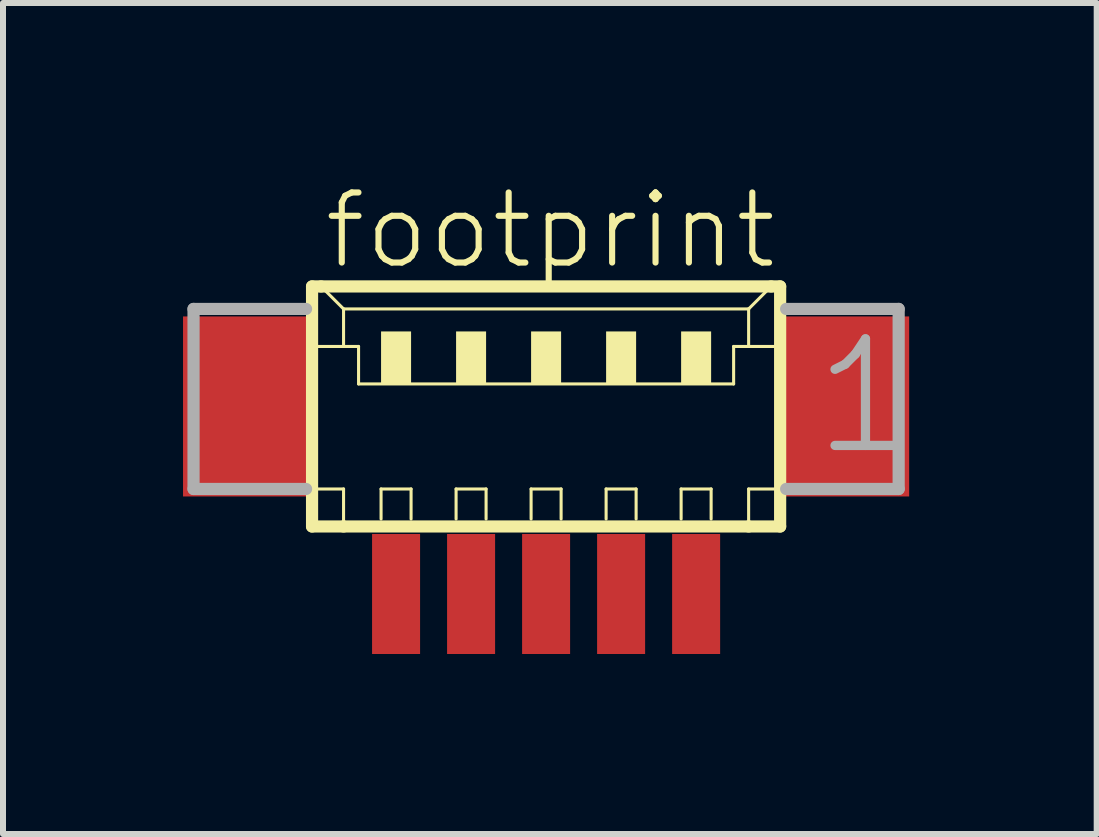
<source format=kicad_pcb>
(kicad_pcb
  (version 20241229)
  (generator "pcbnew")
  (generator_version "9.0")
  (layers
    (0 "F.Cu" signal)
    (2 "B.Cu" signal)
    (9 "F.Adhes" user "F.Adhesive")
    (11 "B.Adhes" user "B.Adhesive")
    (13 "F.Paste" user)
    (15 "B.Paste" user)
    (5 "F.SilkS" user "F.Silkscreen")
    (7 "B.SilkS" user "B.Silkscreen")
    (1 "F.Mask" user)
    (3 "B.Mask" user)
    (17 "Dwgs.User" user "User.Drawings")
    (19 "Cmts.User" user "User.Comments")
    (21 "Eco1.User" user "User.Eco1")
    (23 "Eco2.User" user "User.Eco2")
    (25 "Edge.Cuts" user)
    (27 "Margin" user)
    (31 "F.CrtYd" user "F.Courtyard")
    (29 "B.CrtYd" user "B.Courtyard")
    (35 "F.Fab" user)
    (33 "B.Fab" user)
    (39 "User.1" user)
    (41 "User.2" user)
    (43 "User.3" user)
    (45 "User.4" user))
  (footprint "footprint"
    (layer "F.Cu")
    (at 6.05 4.348)
    (property "Reference" "footprint" (at -3.75 -2.875 0) (layer "F.SilkS") (effects (font (size 1.168 1.168) (thickness 0.102)) (justify left bottom)))
    (fp_line (start -3.9 -2.625) (end -3.9 1.375) (stroke (width 0.203) (type solid)) (layer "F.SilkS"))
    (fp_line (start -3.9 1.375) (end -3.375 1.375) (stroke (width 0.203) (type solid)) (layer "F.SilkS"))
    (fp_line (start -3.875 -1.625) (end -3.375 -1.625) (stroke (width 0.051) (type solid)) (layer "F.SilkS"))
    (fp_line (start -3.875 0.75) (end -3.375 0.75) (stroke (width 0.051) (type solid)) (layer "F.SilkS"))
    (fp_line (start -3.75 -2.625) (end -3.9 -2.625) (stroke (width 0.203) (type solid)) (layer "F.SilkS"))
    (fp_line (start -3.375 -2.25) (end -3.75 -2.625) (stroke (width 0.051) (type solid)) (layer "F.SilkS"))
    (fp_line (start -3.375 -2.25) (end 3.375 -2.25) (stroke (width 0.051) (type solid)) (layer "F.SilkS"))
    (fp_line (start -3.375 -1.625) (end -3.375 -2.25) (stroke (width 0.051) (type solid)) (layer "F.SilkS"))
    (fp_line (start -3.375 -1.625) (end -3.125 -1.625) (stroke (width 0.051) (type solid)) (layer "F.SilkS"))
    (fp_line (start -3.375 0.75) (end -3.375 1.375) (stroke (width 0.051) (type solid)) (layer "F.SilkS"))
    (fp_line (start -3.375 1.375) (end 3.375 1.375) (stroke (width 0.203) (type solid)) (layer "F.SilkS"))
    (fp_line (start -3.125 -1.625) (end -3.125 -1) (stroke (width 0.051) (type solid)) (layer "F.SilkS"))
    (fp_line (start -3.125 -1) (end 3.125 -1) (stroke (width 0.051) (type solid)) (layer "F.SilkS"))
    (fp_line (start -2.75 0.75) (end -2.25 0.75) (stroke (width 0.051) (type solid)) (layer "F.SilkS"))
    (fp_line (start -2.75 1.25) (end -2.75 0.75) (stroke (width 0.051) (type solid)) (layer "F.SilkS"))
    (fp_line (start -2.25 0.75) (end -2.25 1.25) (stroke (width 0.051) (type solid)) (layer "F.SilkS"))
    (fp_line (start -1.5 0.75) (end -1 0.75) (stroke (width 0.051) (type solid)) (layer "F.SilkS"))
    (fp_line (start -1.5 1.25) (end -1.5 0.75) (stroke (width 0.051) (type solid)) (layer "F.SilkS"))
    (fp_line (start -1 0.75) (end -1 1.25) (stroke (width 0.051) (type solid)) (layer "F.SilkS"))
    (fp_line (start -0.25 0.75) (end 0.25 0.75) (stroke (width 0.051) (type solid)) (layer "F.SilkS"))
    (fp_line (start -0.25 1.25) (end -0.25 0.75) (stroke (width 0.051) (type solid)) (layer "F.SilkS"))
    (fp_line (start 0.25 0.75) (end 0.25 1.25) (stroke (width 0.051) (type solid)) (layer "F.SilkS"))
    (fp_line (start 1 0.75) (end 1.5 0.75) (stroke (width 0.051) (type solid)) (layer "F.SilkS"))
    (fp_line (start 1 1.25) (end 1 0.75) (stroke (width 0.051) (type solid)) (layer "F.SilkS"))
    (fp_line (start 1.5 0.75) (end 1.5 1.25) (stroke (width 0.051) (type solid)) (layer "F.SilkS"))
    (fp_line (start 2.25 0.75) (end 2.75 0.75) (stroke (width 0.051) (type solid)) (layer "F.SilkS"))
    (fp_line (start 2.25 1.25) (end 2.25 0.75) (stroke (width 0.051) (type solid)) (layer "F.SilkS"))
    (fp_line (start 2.75 0.75) (end 2.75 1.25) (stroke (width 0.051) (type solid)) (layer "F.SilkS"))
    (fp_line (start 3.125 -1.625) (end 3.125 -1) (stroke (width 0.051) (type solid)) (layer "F.SilkS"))
    (fp_line (start 3.125 -1.625) (end 3.375 -1.625) (stroke (width 0.051) (type solid)) (layer "F.SilkS"))
    (fp_line (start 3.375 -2.25) (end 3.375 -1.625) (stroke (width 0.051) (type solid)) (layer "F.SilkS"))
    (fp_line (start 3.375 -2.25) (end 3.75 -2.625) (stroke (width 0.051) (type solid)) (layer "F.SilkS"))
    (fp_line (start 3.375 -1.625) (end 3.875 -1.625) (stroke (width 0.051) (type solid)) (layer "F.SilkS"))
    (fp_line (start 3.375 0.75) (end 3.375 1.375) (stroke (width 0.051) (type solid)) (layer "F.SilkS"))
    (fp_line (start 3.375 0.75) (end 3.875 0.75) (stroke (width 0.051) (type solid)) (layer "F.SilkS"))
    (fp_line (start 3.375 1.375) (end 3.9 1.375) (stroke (width 0.203) (type solid)) (layer "F.SilkS"))
    (fp_line (start 3.75 -2.625) (end -3.75 -2.625) (stroke (width 0.203) (type solid)) (layer "F.SilkS"))
    (fp_line (start 3.9 -2.625) (end 3.75 -2.625) (stroke (width 0.203) (type solid)) (layer "F.SilkS"))
    (fp_line (start 3.9 1.375) (end 3.9 -2.625) (stroke (width 0.203) (type solid)) (layer "F.SilkS"))
    (fp_poly (pts (xy -2.75 -1) (xy -2.25 -1) (xy -2.25 -1.875) (xy -2.75 -1.875)) (stroke (width 0) (type solid)) (fill yes) (layer "F.SilkS"))
    (fp_poly (pts (xy -1.5 -1) (xy -1 -1) (xy -1 -1.875) (xy -1.5 -1.875)) (stroke (width 0) (type solid)) (fill yes) (layer "F.SilkS"))
    (fp_poly (pts (xy -0.25 -1) (xy 0.25 -1) (xy 0.25 -1.875) (xy -0.25 -1.875)) (stroke (width 0) (type solid)) (fill yes) (layer "F.SilkS"))
    (fp_poly (pts (xy 1 -1) (xy 1.5 -1) (xy 1.5 -1.875) (xy 1 -1.875)) (stroke (width 0) (type solid)) (fill yes) (layer "F.SilkS"))
    (fp_poly (pts (xy 2.25 -1) (xy 2.75 -1) (xy 2.75 -1.875) (xy 2.25 -1.875)) (stroke (width 0) (type solid)) (fill yes) (layer "F.SilkS"))
    (fp_line (start -5.875 -2.25) (end -5.875 0.75) (stroke (width 0.203) (type solid)) (layer "F.Fab"))
    (fp_line (start -5.875 0.75) (end -4 0.75) (stroke (width 0.203) (type solid)) (layer "F.Fab"))
    (fp_line (start -4 -2.25) (end -5.875 -2.25) (stroke (width 0.203) (type solid)) (layer "F.Fab"))
    (fp_line (start 4 0.75) (end 5.875 0.75) (stroke (width 0.203) (type solid)) (layer "F.Fab"))
    (fp_line (start 5.875 -2.25) (end 4 -2.25) (stroke (width 0.203) (type solid)) (layer "F.Fab"))
    (fp_line (start 5.875 0.75) (end 5.875 -2.25) (stroke (width 0.203) (type solid)) (layer "F.Fab"))
    (fp_text user "1" (at 4.375 0.25 0) (layer "F.Fab") (effects (font (size 1.776 1.776) (thickness 0.154)) (justify left bottom)))
    (pad "1" smd rect (at 2.5 2.5) (size 0.8 2) (layers "F.Cu" "F.Mask" "F.Paste"))
    (pad "2" smd rect (at 1.25 2.5) (size 0.8 2) (layers "F.Cu" "F.Mask" "F.Paste"))
    (pad "3" smd rect (at 0 2.5) (size 0.8 2) (layers "F.Cu" "F.Mask" "F.Paste"))
    (pad "4" smd rect (at -1.25 2.5) (size 0.8 2) (layers "F.Cu" "F.Mask" "F.Paste"))
    (pad "5" smd rect (at -2.5 2.5) (size 0.8 2) (layers "F.Cu" "F.Mask" "F.Paste"))
    (pad "S1" smd rect (at 5 -0.625) (size 2.1 3) (layers "F.Cu" "F.Mask" "F.Paste"))
    (pad "S2" smd rect (at -5 -0.625) (size 2.1 3) (layers "F.Cu" "F.Mask" "F.Paste")))
  (gr_rect
    (start -3 -3)
    (end 15.225 10.848)
    (stroke (width 0.1) (type default))
    (fill no)
    (layer "Edge.Cuts")))
</source>
